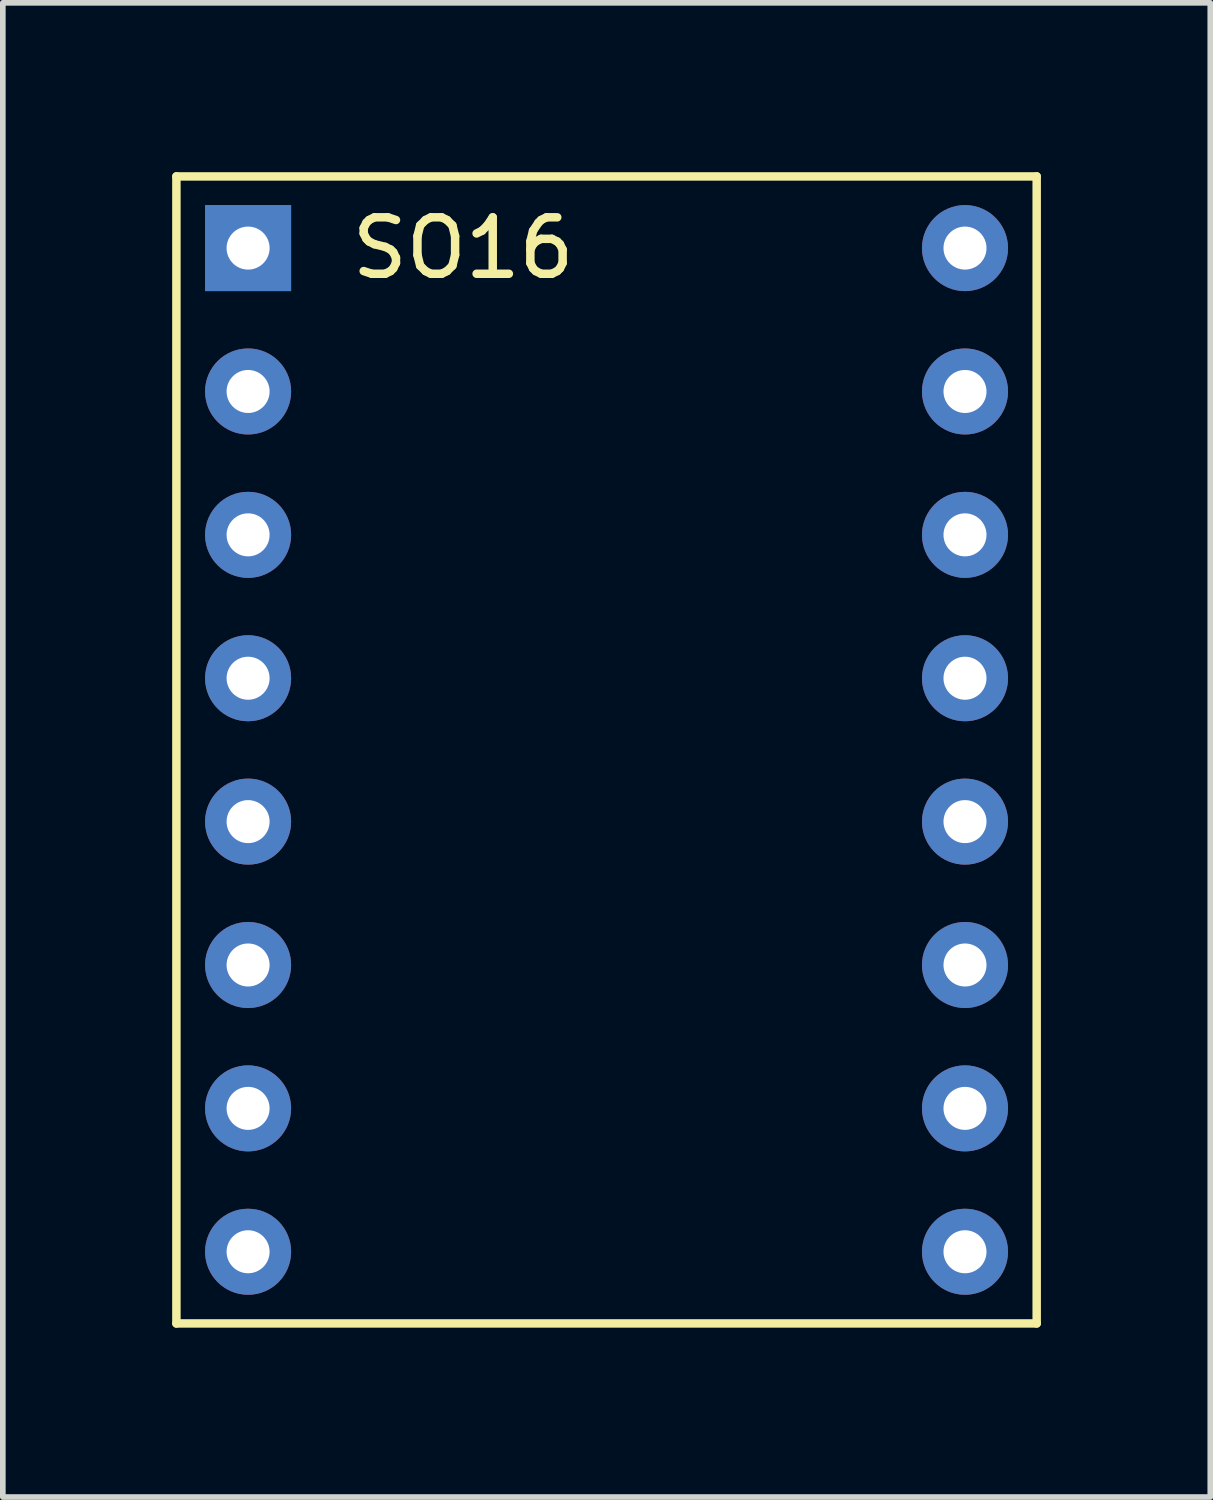
<source format=kicad_pcb>
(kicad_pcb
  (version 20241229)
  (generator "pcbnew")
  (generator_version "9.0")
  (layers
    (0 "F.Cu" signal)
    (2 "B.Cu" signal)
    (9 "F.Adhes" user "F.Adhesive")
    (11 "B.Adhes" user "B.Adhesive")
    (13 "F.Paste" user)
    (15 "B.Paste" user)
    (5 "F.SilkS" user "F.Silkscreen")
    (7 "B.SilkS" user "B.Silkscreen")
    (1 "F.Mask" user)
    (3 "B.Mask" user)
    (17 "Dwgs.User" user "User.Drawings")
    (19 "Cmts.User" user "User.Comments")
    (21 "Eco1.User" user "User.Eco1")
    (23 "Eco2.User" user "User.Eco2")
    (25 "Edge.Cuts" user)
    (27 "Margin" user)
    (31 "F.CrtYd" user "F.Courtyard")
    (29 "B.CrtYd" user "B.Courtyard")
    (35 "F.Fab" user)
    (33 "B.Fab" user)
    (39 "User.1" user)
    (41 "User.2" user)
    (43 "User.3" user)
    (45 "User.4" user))
  (footprint "SO16"
    (layer "F.Cu")
    (at 3.885 1.345)
    (property "Reference" "SO16" (at 1.27 0 180) (layer "F.SilkS") (effects (font (size 1 1) (thickness 0.15))))
    (attr through_hole)
    (fp_line (start -3.81 -1.27) (end -3.81 19.05) (stroke (width 0.15) (type solid)) (layer "F.SilkS"))
    (fp_line (start -3.81 19.05) (end 11.43 19.05) (stroke (width 0.15) (type solid)) (layer "F.SilkS"))
    (fp_line (start 11.43 -1.27) (end -3.81 -1.27) (stroke (width 0.15) (type solid)) (layer "F.SilkS"))
    (fp_line (start 11.43 19.05) (end 11.43 -1.27) (stroke (width 0.15) (type solid)) (layer "F.SilkS"))
    (pad "1" thru_hole rect (at -2.54 0) (size 1.524 1.524) (drill 0.762) (layers "*.Cu" "*.Mask"))
    (pad "2" thru_hole circle (at -2.54 2.54) (size 1.524 1.524) (drill 0.762) (layers "*.Cu" "*.Mask"))
    (pad "3" thru_hole circle (at -2.54 5.08) (size 1.524 1.524) (drill 0.762) (layers "*.Cu" "*.Mask"))
    (pad "4" thru_hole circle (at -2.54 7.62) (size 1.524 1.524) (drill 0.762) (layers "*.Cu" "*.Mask"))
    (pad "5" thru_hole circle (at -2.54 10.16) (size 1.524 1.524) (drill 0.762) (layers "*.Cu" "*.Mask"))
    (pad "6" thru_hole circle (at -2.54 12.7) (size 1.524 1.524) (drill 0.762) (layers "*.Cu" "*.Mask"))
    (pad "7" thru_hole circle (at -2.54 15.24) (size 1.524 1.524) (drill 0.762) (layers "*.Cu" "*.Mask"))
    (pad "8" thru_hole circle (at -2.54 17.78) (size 1.524 1.524) (drill 0.762) (layers "*.Cu" "*.Mask"))
    (pad "9" thru_hole circle (at 10.16 17.78) (size 1.524 1.524) (drill 0.762) (layers "*.Cu" "*.Mask"))
    (pad "10" thru_hole circle (at 10.16 15.24) (size 1.524 1.524) (drill 0.762) (layers "*.Cu" "*.Mask"))
    (pad "11" thru_hole circle (at 10.16 12.7) (size 1.524 1.524) (drill 0.762) (layers "*.Cu" "*.Mask"))
    (pad "12" thru_hole circle (at 10.16 10.16) (size 1.524 1.524) (drill 0.762) (layers "*.Cu" "*.Mask"))
    (pad "13" thru_hole circle (at 10.16 7.62) (size 1.524 1.524) (drill 0.762) (layers "*.Cu" "*.Mask"))
    (pad "14" thru_hole circle (at 10.16 5.08) (size 1.524 1.524) (drill 0.762) (layers "*.Cu" "*.Mask"))
    (pad "15" thru_hole circle (at 10.16 2.54) (size 1.524 1.524) (drill 0.762) (layers "*.Cu" "*.Mask"))
    (pad "16" thru_hole circle (at 10.16 0) (size 1.524 1.524) (drill 0.762) (layers "*.Cu" "*.Mask")))
  (gr_rect
    (start -3 -3)
    (end 18.39 23.47)
    (stroke (width 0.1) (type default))
    (fill no)
    (layer "Edge.Cuts")))
</source>
